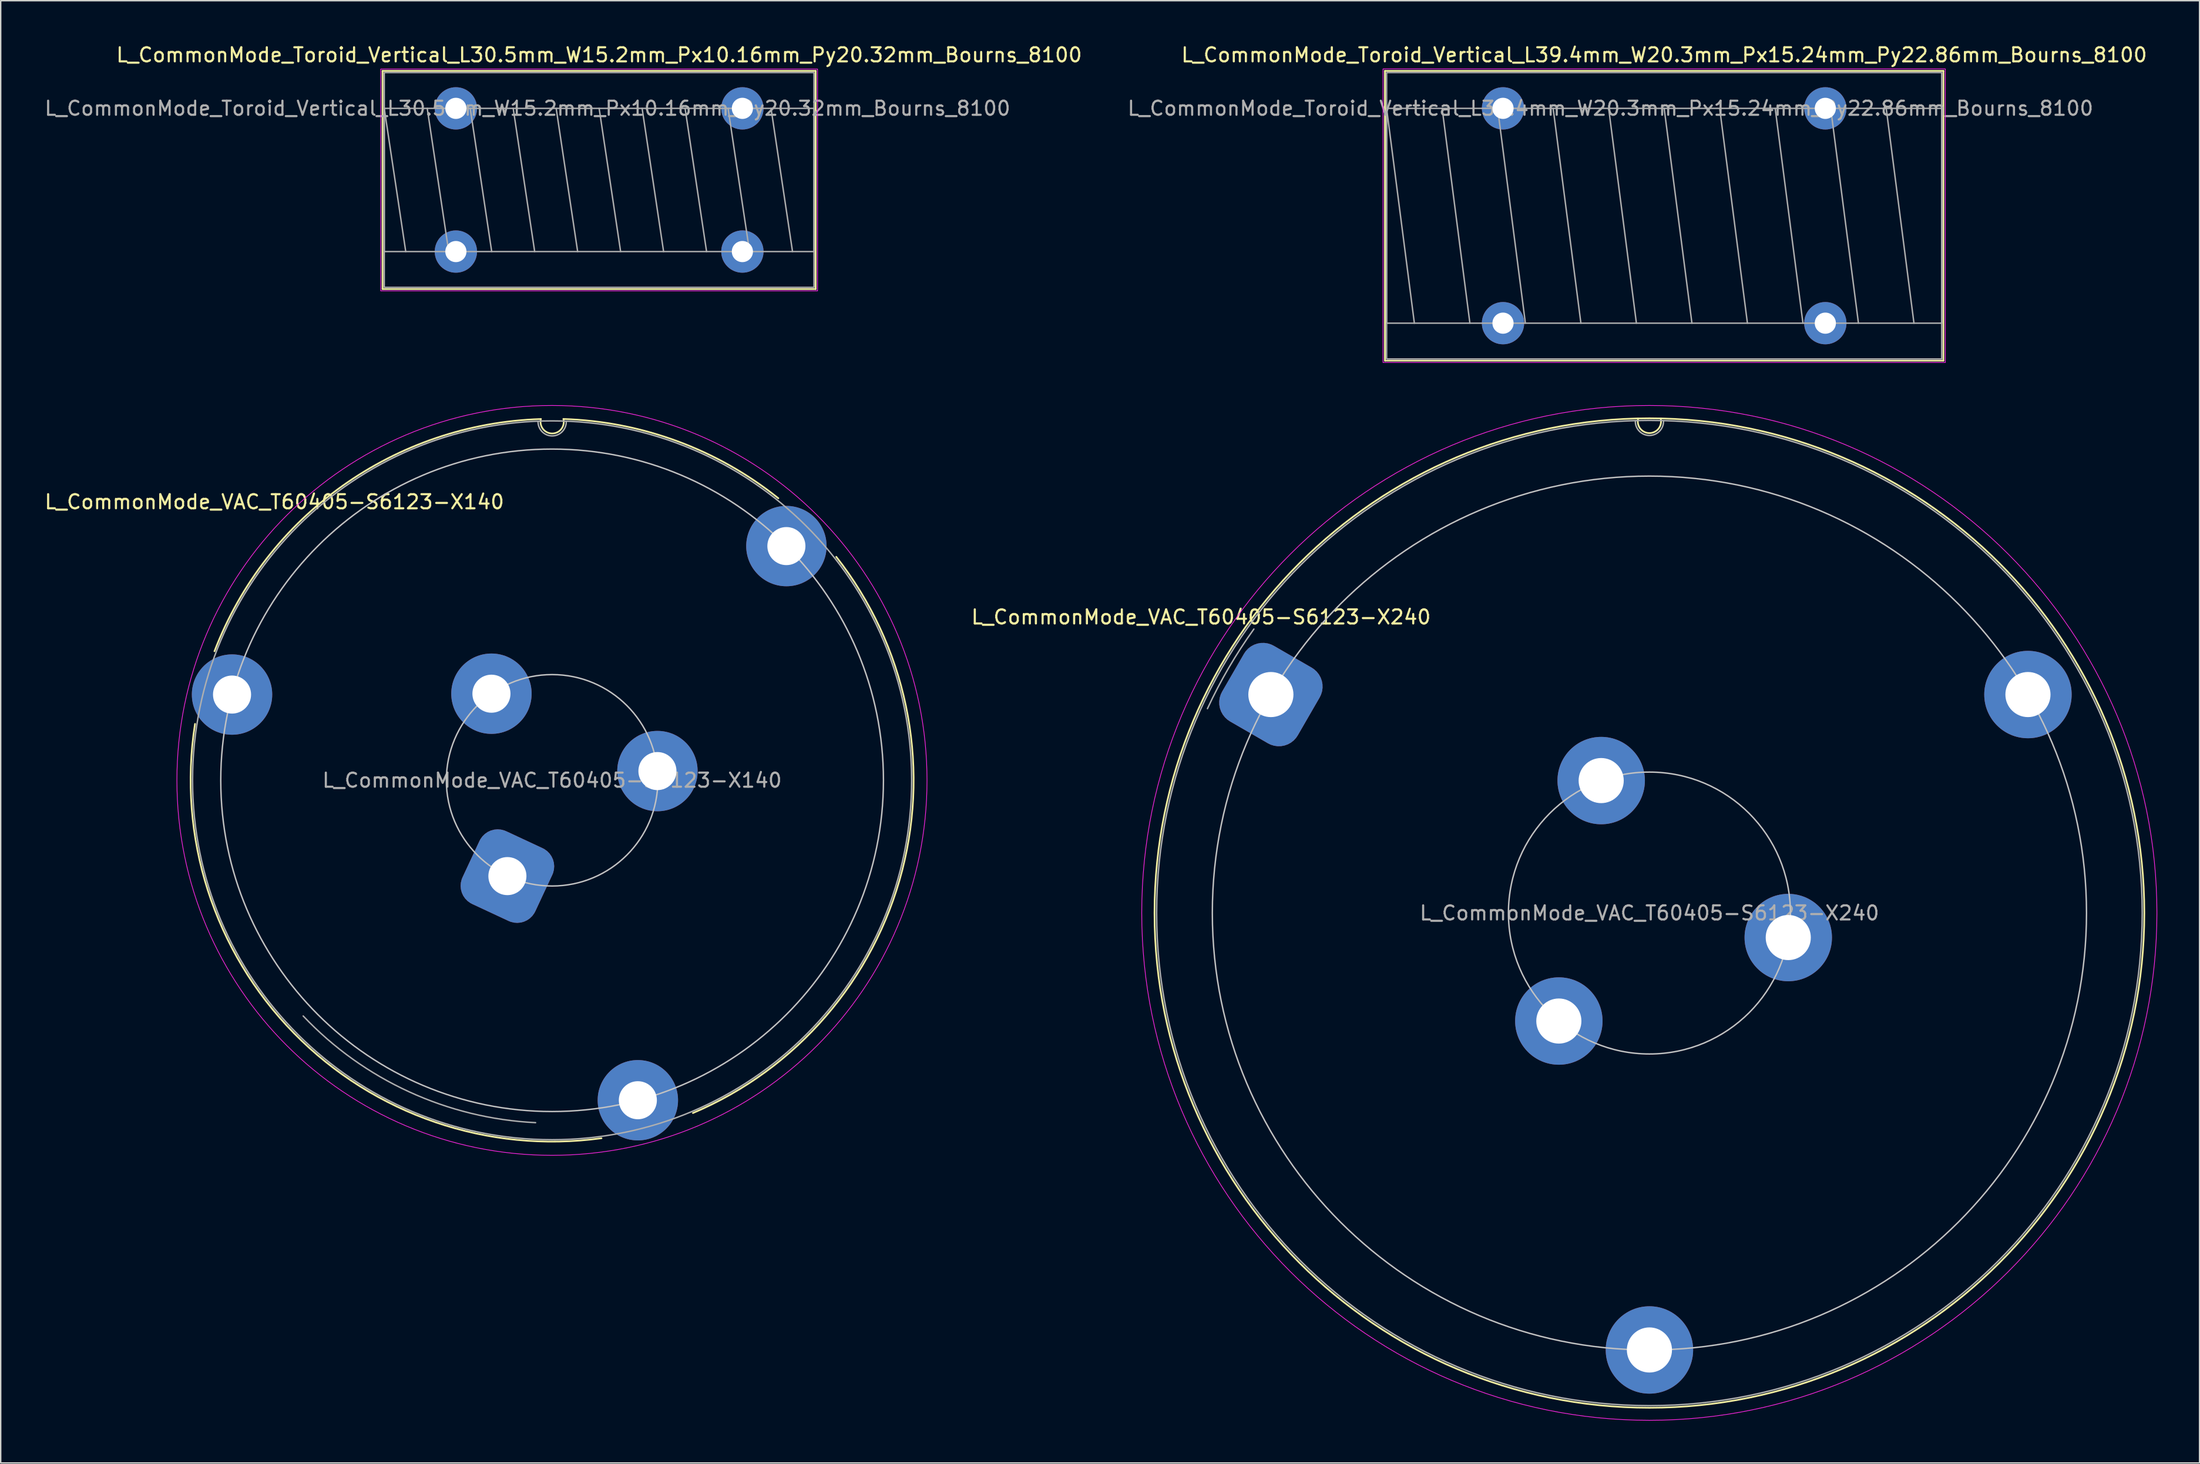
<source format=kicad_pcb>
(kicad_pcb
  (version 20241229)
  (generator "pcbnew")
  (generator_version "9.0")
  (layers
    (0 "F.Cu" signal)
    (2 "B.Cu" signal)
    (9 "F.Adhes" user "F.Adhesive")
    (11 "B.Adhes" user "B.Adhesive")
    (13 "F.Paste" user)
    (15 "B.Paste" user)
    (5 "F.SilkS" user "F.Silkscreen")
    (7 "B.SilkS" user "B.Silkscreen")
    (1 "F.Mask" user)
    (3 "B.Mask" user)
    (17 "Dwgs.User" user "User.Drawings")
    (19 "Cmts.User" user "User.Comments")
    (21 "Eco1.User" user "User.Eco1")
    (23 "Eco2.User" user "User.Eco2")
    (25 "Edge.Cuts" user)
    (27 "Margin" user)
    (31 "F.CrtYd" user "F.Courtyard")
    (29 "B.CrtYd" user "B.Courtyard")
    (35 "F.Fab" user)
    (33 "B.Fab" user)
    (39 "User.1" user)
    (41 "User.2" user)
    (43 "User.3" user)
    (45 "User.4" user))
  (footprint "L_CommonMode_Toroid_Vertical_L30.5mm_W15.2mm_Px10.16mm_Py20.32mm_Bourns_8100"
    (layer "F.Cu")
    (at 29.283 4.638)
    (property "Reference" "L_CommonMode_Toroid_Vertical_L30.5mm_W15.2mm_Px10.16mm_Py20.32mm_Bourns_8100" (at 10.16 -3.79 0) (layer "F.SilkS") (effects (font (size 1 1) (thickness 0.15))))
    (attr through_hole)
    (fp_line (start -5.2 -2.66) (end 25.52 -2.66) (stroke (width 0.12) (type solid)) (layer "F.SilkS"))
    (fp_line (start -5.2 12.82) (end -5.2 -2.66) (stroke (width 0.12) (type solid)) (layer "F.SilkS"))
    (fp_line (start 25.52 -2.66) (end 25.52 12.82) (stroke (width 0.12) (type solid)) (layer "F.SilkS"))
    (fp_line (start 25.52 12.82) (end -5.2 12.82) (stroke (width 0.12) (type solid)) (layer "F.SilkS"))
    (fp_rect (start -5.33 -2.79) (end 25.65 12.95) (stroke (width 0.05) (type solid)) (fill no) (layer "F.CrtYd"))
    (fp_line (start -5.08 0) (end -3.556 10.16) (stroke (width 0.1) (type solid)) (layer "F.Fab"))
    (fp_line (start -2.032 0) (end -0.508 10.16) (stroke (width 0.1) (type solid)) (layer "F.Fab"))
    (fp_line (start 1.016 0) (end 2.54 10.16) (stroke (width 0.1) (type solid)) (layer "F.Fab"))
    (fp_line (start 4.064 0) (end 5.588 10.16) (stroke (width 0.1) (type solid)) (layer "F.Fab"))
    (fp_line (start 7.112 0) (end 8.636 10.16) (stroke (width 0.1) (type solid)) (layer "F.Fab"))
    (fp_line (start 10.16 0) (end 11.684 10.16) (stroke (width 0.1) (type solid)) (layer "F.Fab"))
    (fp_line (start 13.208 0) (end 14.732 10.16) (stroke (width 0.1) (type solid)) (layer "F.Fab"))
    (fp_line (start 16.256 0) (end 17.78 10.16) (stroke (width 0.1) (type solid)) (layer "F.Fab"))
    (fp_line (start 19.304 0) (end 20.828 10.16) (stroke (width 0.1) (type solid)) (layer "F.Fab"))
    (fp_line (start 22.352 0) (end 23.876 10.16) (stroke (width 0.1) (type solid)) (layer "F.Fab"))
    (fp_rect (start -5.08 -2.54) (end 25.4 12.7) (stroke (width 0.1) (type solid)) (fill no) (layer "F.Fab"))
    (fp_rect (start -5.08 0) (end 25.4 10.16) (stroke (width 0.1) (type solid)) (fill no) (layer "F.Fab"))
    (fp_text user "${REFERENCE}" (at 5.08 0 0) (layer "F.Fab") (effects (font (size 1 1) (thickness 0.15))))
    (pad "1" thru_hole circle (at 0 0) (size 3 3) (drill 1.5) (layers "*.Cu" "*.Mask"))
    (pad "2" thru_hole circle (at 0 10.16) (size 3 3) (drill 1.5) (layers "*.Cu" "*.Mask"))
    (pad "3" thru_hole circle (at 20.32 10.16) (size 3 3) (drill 1.5) (layers "*.Cu" "*.Mask"))
    (pad "4" thru_hole circle (at 20.32 0) (size 3 3) (drill 1.5) (layers "*.Cu" "*.Mask")))
  (footprint "L_CommonMode_VAC_T60405-S6123-X240"
    (layer "F.Cu")
    (at 87.086 46.228)
    (property "Reference" "L_CommonMode_VAC_T60405-S6123-X240" (at -4.953 -5.5 0) (layer "F.SilkS") (effects (font (size 1 1) (thickness 0.15))))
    (attr through_hole)
    (fp_arc (start 27.646929 -19.582912) (mid 26.846929 -18.550244) (end 26.046929 -19.582912) (stroke (width 0.12) (type solid)) (layer "F.SilkS"))
    (fp_circle (center 26.847 15.5) (end 61.947 15.5) (stroke (width 0.12) (type solid)) (fill no) (layer "F.SilkS"))
    (fp_circle (center 26.847 15.5) (end 36.847 15.5) (stroke (width 0.1) (type solid)) (fill no) (layer "Dwgs.User"))
    (fp_circle (center 26.847 15.5) (end 57.847 15.5) (stroke (width 0.1) (type solid)) (fill no) (layer "Dwgs.User"))
    (fp_circle (center 26.84 15.49) (end 62.84 15.49) (stroke (width 0.05) (type solid)) (fill no) (layer "F.CrtYd"))
    (fp_arc (start -4.499999 1) (mid -2.986804 -1.902003) (end -1.205717 -4.647747) (stroke (width 0.1) (type default)) (layer "F.Fab"))
    (fp_arc (start 27.846929 -19.382912) (mid 26.846929 -18.382912) (end 25.846929 -19.382912) (stroke (width 0.1) (type solid)) (layer "F.Fab"))
    (fp_circle (center 26.847 15.5) (end 61.797 15.5) (stroke (width 0.1) (type solid)) (fill no) (layer "F.Fab"))
    (fp_text user "${REFERENCE}" (at 26.847 15.5 0) (layer "F.Fab") (effects (font (size 1 1) (thickness 0.15))))
    (pad "1" thru_hole roundrect (at 0 0 60) (size 6.2 6.2) (drill 3.2) (layers "*.Cu" "*.Mask") (roundrect_rratio 0.25))
    (pad "2" thru_hole circle (at 20.423 23.163) (size 6.2 6.2) (drill 3.2) (layers "*.Cu" "*.Mask"))
    (pad "3" thru_hole circle (at 26.847 46.5) (size 6.2 6.2) (drill 3.2) (layers "*.Cu" "*.Mask"))
    (pad "4" thru_hole circle (at 36.694 17.24) (size 6.2 6.2) (drill 3.2) (layers "*.Cu" "*.Mask"))
    (pad "5" thru_hole circle (at 53.694 -0.00036) (size 6.2 6.2) (drill 3.2) (layers "*.Cu" "*.Mask"))
    (pad "6" thru_hole circle (at 23.426 6.103) (size 6.2 6.2) (drill 3.2) (layers "*.Cu" "*.Mask")))
  (footprint "L_CommonMode_Toroid_Vertical_L39.4mm_W20.3mm_Px15.24mm_Py22.86mm_Bourns_8100"
    (layer "F.Cu")
    (at 103.549 4.638)
    (property "Reference" "L_CommonMode_Toroid_Vertical_L39.4mm_W20.3mm_Px15.24mm_Py22.86mm_Bourns_8100" (at 11.43 -3.79 0) (layer "F.SilkS") (effects (font (size 1 1) (thickness 0.15))))
    (attr through_hole)
    (fp_line (start -8.375 -2.66) (end 31.235 -2.66) (stroke (width 0.12) (type solid)) (layer "F.SilkS"))
    (fp_line (start -8.375 17.9) (end -8.375 -2.66) (stroke (width 0.12) (type solid)) (layer "F.SilkS"))
    (fp_line (start 31.235 -2.66) (end 31.235 17.9) (stroke (width 0.12) (type solid)) (layer "F.SilkS"))
    (fp_line (start 31.235 17.9) (end -8.375 17.9) (stroke (width 0.12) (type solid)) (layer "F.SilkS"))
    (fp_rect (start -8.51 -2.8) (end 31.37 18.03) (stroke (width 0.05) (type solid)) (fill no) (layer "F.CrtYd"))
    (fp_line (start -8.255 0) (end -6.287 15.24) (stroke (width 0.1) (type solid)) (layer "F.Fab"))
    (fp_line (start -4.318 0) (end -2.349 15.24) (stroke (width 0.1) (type solid)) (layer "F.Fab"))
    (fp_line (start -0.381 0) (end 1.587 15.24) (stroke (width 0.1) (type solid)) (layer "F.Fab"))
    (fp_line (start 3.556 0) (end 5.524 15.24) (stroke (width 0.1) (type solid)) (layer "F.Fab"))
    (fp_line (start 7.493 0) (end 9.461 15.24) (stroke (width 0.1) (type solid)) (layer "F.Fab"))
    (fp_line (start 11.43 0) (end 13.399 15.24) (stroke (width 0.1) (type solid)) (layer "F.Fab"))
    (fp_line (start 15.367 0) (end 17.335 15.24) (stroke (width 0.1) (type solid)) (layer "F.Fab"))
    (fp_line (start 19.304 0) (end 21.273 15.24) (stroke (width 0.1) (type solid)) (layer "F.Fab"))
    (fp_line (start 23.241 0) (end 25.209 15.24) (stroke (width 0.1) (type solid)) (layer "F.Fab"))
    (fp_line (start 27.178 0) (end 29.146 15.24) (stroke (width 0.1) (type solid)) (layer "F.Fab"))
    (fp_rect (start -8.255 -2.54) (end 31.115 17.78) (stroke (width 0.1) (type solid)) (fill no) (layer "F.Fab"))
    (fp_rect (start -8.255 0) (end 31.115 15.24) (stroke (width 0.1) (type solid)) (fill no) (layer "F.Fab"))
    (fp_text user "${REFERENCE}" (at 7.62 0 0) (layer "F.Fab") (effects (font (size 1 1) (thickness 0.15))))
    (pad "1" thru_hole circle (at 0 0) (size 3 3) (drill 1.5) (layers "*.Cu" "*.Mask"))
    (pad "2" thru_hole circle (at 0 15.24) (size 3 3) (drill 1.5) (layers "*.Cu" "*.Mask"))
    (pad "3" thru_hole circle (at 22.86 15.24) (size 3 3) (drill 1.5) (layers "*.Cu" "*.Mask"))
    (pad "4" thru_hole circle (at 22.86 0) (size 3 3) (drill 1.5) (layers "*.Cu" "*.Mask")))
  (footprint "L_CommonMode_VAC_T60405-S6123-X140"
    (layer "F.Cu")
    (at 32.937 59.108)
    (property "Reference" "L_CommonMode_VAC_T60405-S6123-X140" (at -16.526 -26.552 0) (layer "F.SilkS") (effects (font (size 1 1) (thickness 0.15))))
    (attr through_hole)
    (fp_arc (start -20.776007 -15.952412) (mid -11.692182 -27.690731) (end 2.374076 -32.428281) (stroke (width 0.12) (type solid)) (layer "F.SilkS"))
    (fp_arc (start 3.973992 -32.430985) (mid 3.173992 -31.402412) (end 2.373992 -32.430985) (stroke (width 0.12) (type solid)) (layer "F.SilkS"))
    (fp_arc (start 3.973992 -32.430985) (mid 12.052701 -30.857188) (end 19.216585 -26.804886) (stroke (width 0.12) (type solid)) (layer "F.SilkS"))
    (fp_arc (start 6.673992 18.597588) (mid -15.133842 11.149764) (end -22.155118 -10.799117) (stroke (width 0.12) (type solid)) (layer "F.SilkS"))
    (fp_arc (start 23.323992 -22.652412) (mid 28.000275 -0.407053) (end 13.158224 16.810296) (stroke (width 0.12) (type solid)) (layer "F.SilkS"))
    (fp_circle (center 3.17 -6.797) (end 10.67 -6.797) (stroke (width 0.1) (type solid)) (fill no) (layer "Dwgs.User"))
    (fp_circle (center 3.17 -6.797) (end 26.67 -6.797) (stroke (width 0.1) (type solid)) (fill no) (layer "Dwgs.User"))
    (fp_circle (center 3.16 -6.79) (end 29.76 -6.79) (stroke (width 0.05) (type solid)) (fill no) (layer "F.CrtYd"))
    (fp_arc (start 1.999637 17.492691) (mid -6.974268 15.302881) (end -14.48457 9.925001) (stroke (width 0.1) (type default)) (layer "F.Fab"))
    (fp_arc (start 4.173992 -32.230985) (mid 3.173992 -31.230985) (end 2.173992 -32.230985) (stroke (width 0.1) (type solid)) (layer "F.Fab"))
    (fp_circle (center 3.17 -6.797) (end 28.67 -6.797) (stroke (width 0.1) (type solid)) (fill no) (layer "F.Fab"))
    (fp_text user "${REFERENCE}" (at 3.17 -6.797 0) (layer "F.Fab") (effects (font (size 1 1) (thickness 0.15))))
    (pad "1" thru_hole roundrect (at 0 0 335) (size 5.7 5.7) (drill 2.7) (layers "*.Cu" "*.Mask") (roundrect_rratio 0.25))
    (pad "2" thru_hole circle (at -19.53 -12.88) (size 5.7 5.7) (drill 2.7) (layers "*.Cu" "*.Mask"))
    (pad "3" thru_hole circle (at -1.132 -12.941 250) (size 5.7 5.7) (drill 2.7) (layers "*.Cu" "*.Mask"))
    (pad "4" thru_hole circle (at 19.787 -23.414) (size 5.7 5.7) (drill 2.7) (layers "*.Cu" "*.Mask"))
    (pad "5" thru_hole circle (at 10.641 -7.451) (size 5.7 5.7) (drill 2.7) (layers "*.Cu" "*.Mask"))
    (pad "6" thru_hole circle (at 9.252 15.902) (size 5.7 5.7) (drill 2.7) (layers "*.Cu" "*.Mask")))
  (gr_rect
    (start -3 -3)
    (end 152.951 100.743)
    (stroke (width 0.1) (type default))
    (fill no)
    (layer "Edge.Cuts")))
</source>
